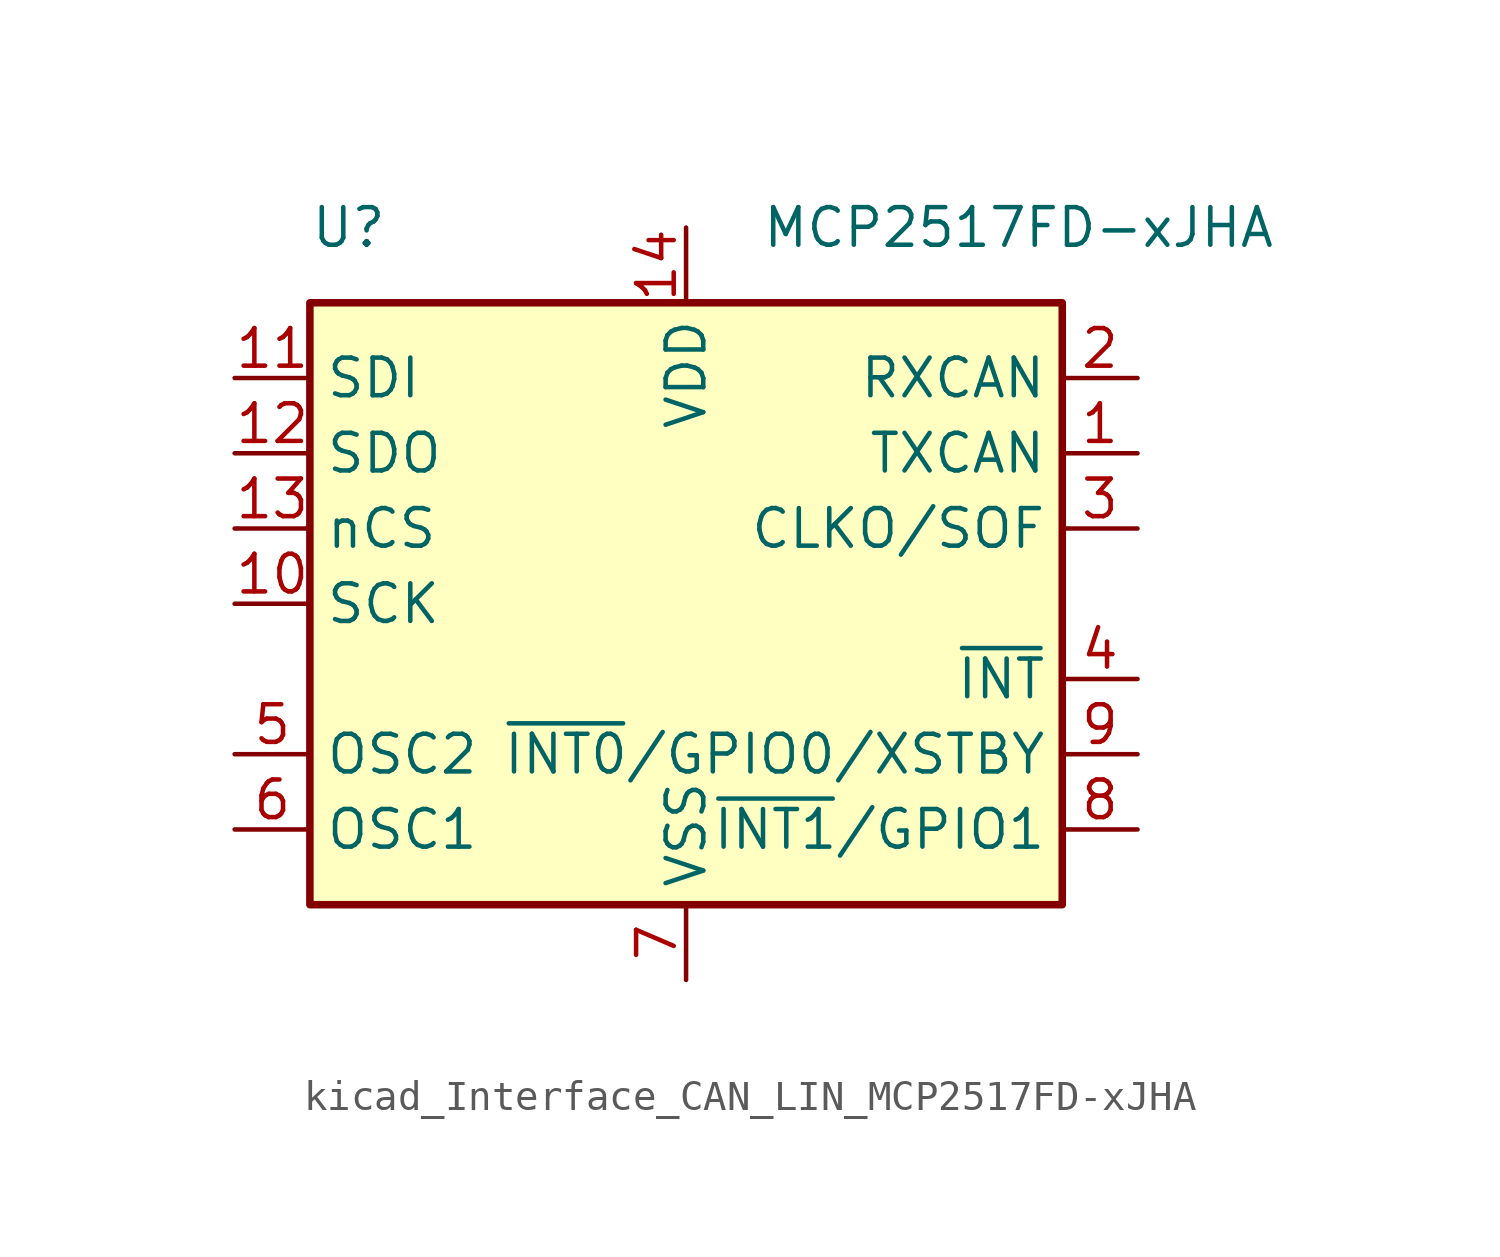
<source format=kicad_sym>
(kicad_symbol_lib
  (version 20220914)
  (generator kicad_symbol_editor)
  (symbol "kicad_Interface_CAN_LIN_MCP2517FD-xJHA"
    (property "Reference" "U"
      (at -12.7 12.7 0)
      (effects (font (size 1.27 1.27)) (justify left)))
    (property "Value" "MCP2517FD-xJHA"
      (at 2.54 12.7 0)
      (effects (font (size 1.27 1.27)) (justify left)))
    (symbol "kicad_Interface_CAN_LIN_MCP2517FD-xJHA_0_1"
      (rectangle (start -12.7 10.16) (end 12.7 -10.16) (stroke (width 0.254) (type default)) (fill (type background))))
    (symbol "kicad_Interface_CAN_LIN_MCP2517FD-xJHA_1_1"
      (pin output line (at 15.24 5.08 180) (length 2.54) (name "TXCAN" (effects (font (size 1.27 1.27)))) (number "1" (effects (font (size 1.27 1.27)))))
      (pin input line (at -15.24 0 0) (length 2.54) (name "SCK" (effects (font (size 1.27 1.27)))) (number "10" (effects (font (size 1.27 1.27)))))
      (pin input line (at -15.24 7.62 0) (length 2.54) (name "SDI" (effects (font (size 1.27 1.27)))) (number "11" (effects (font (size 1.27 1.27)))))
      (pin output line (at -15.24 5.08 0) (length 2.54) (name "SDO" (effects (font (size 1.27 1.27)))) (number "12" (effects (font (size 1.27 1.27)))))
      (pin input line (at -15.24 2.54 0) (length 2.54) (name "nCS" (effects (font (size 1.27 1.27)))) (number "13" (effects (font (size 1.27 1.27)))))
      (pin power_in line (at 0 12.7 270) (length 2.54) (name "VDD" (effects (font (size 1.27 1.27)))) (number "14" (effects (font (size 1.27 1.27)))))
      (pin passive line (at 0 -12.7 90) (length 2.54) hide (name "VSS" (effects (font (size 1.27 1.27)))) (number "15" (effects (font (size 1.27 1.27)))))
      (pin input line (at 15.24 7.62 180) (length 2.54) (name "RXCAN" (effects (font (size 1.27 1.27)))) (number "2" (effects (font (size 1.27 1.27)))))
      (pin output line (at 15.24 2.54 180) (length 2.54) (name "CLKO/SOF" (effects (font (size 1.27 1.27)))) (number "3" (effects (font (size 1.27 1.27)))))
      (pin output line (at 15.24 -2.54 180) (length 2.54) (name "~{INT}" (effects (font (size 1.27 1.27)))) (number "4" (effects (font (size 1.27 1.27)))))
      (pin output line (at -15.24 -5.08 0) (length 2.54) (name "OSC2" (effects (font (size 1.27 1.27)))) (number "5" (effects (font (size 1.27 1.27)))))
      (pin input line (at -15.24 -7.62 0) (length 2.54) (name "OSC1" (effects (font (size 1.27 1.27)))) (number "6" (effects (font (size 1.27 1.27)))))
      (pin power_in line (at 0 -12.7 90) (length 2.54) (name "VSS" (effects (font (size 1.27 1.27)))) (number "7" (effects (font (size 1.27 1.27)))))
      (pin bidirectional line (at 15.24 -7.62 180) (length 2.54) (name "~{INT1}/GPIO1" (effects (font (size 1.27 1.27)))) (number "8" (effects (font (size 1.27 1.27)))))
      (pin bidirectional line (at 15.24 -5.08 180) (length 2.54) (name "~{INT0}/GPIO0/XSTBY" (effects (font (size 1.27 1.27)))) (number "9" (effects (font (size 1.27 1.27))))))))
</source>
